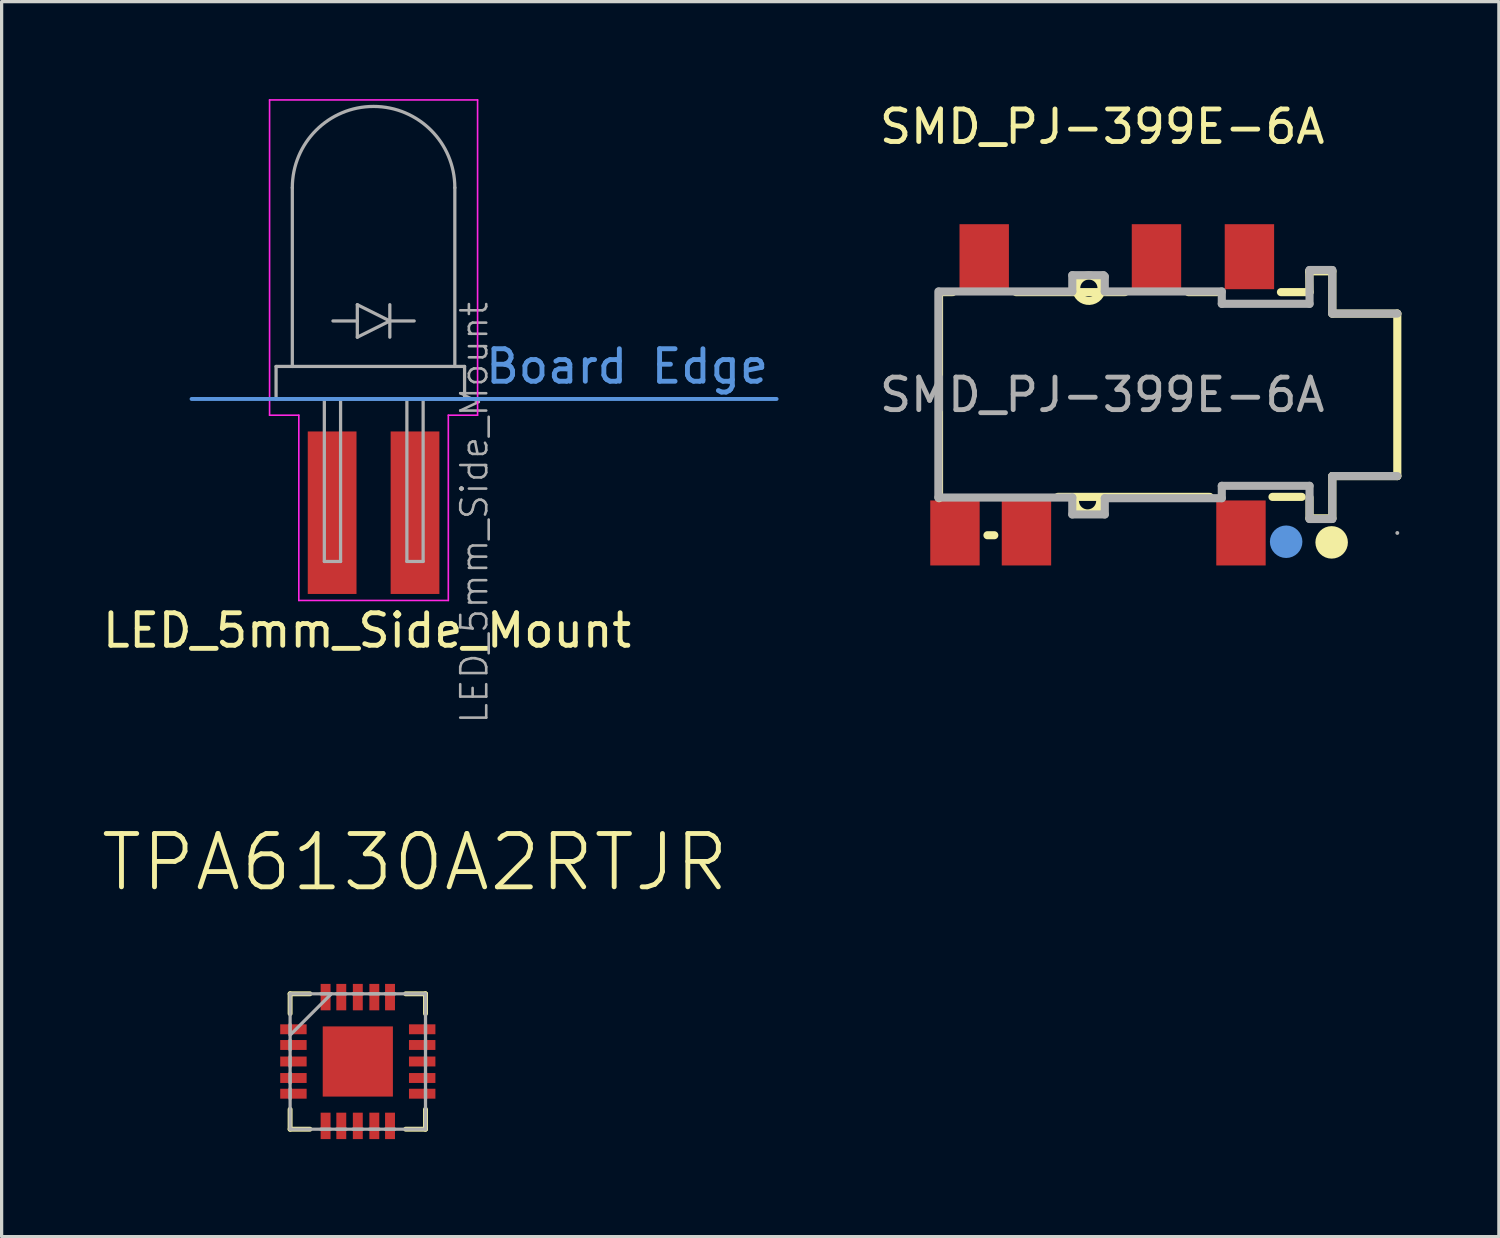
<source format=kicad_pcb>
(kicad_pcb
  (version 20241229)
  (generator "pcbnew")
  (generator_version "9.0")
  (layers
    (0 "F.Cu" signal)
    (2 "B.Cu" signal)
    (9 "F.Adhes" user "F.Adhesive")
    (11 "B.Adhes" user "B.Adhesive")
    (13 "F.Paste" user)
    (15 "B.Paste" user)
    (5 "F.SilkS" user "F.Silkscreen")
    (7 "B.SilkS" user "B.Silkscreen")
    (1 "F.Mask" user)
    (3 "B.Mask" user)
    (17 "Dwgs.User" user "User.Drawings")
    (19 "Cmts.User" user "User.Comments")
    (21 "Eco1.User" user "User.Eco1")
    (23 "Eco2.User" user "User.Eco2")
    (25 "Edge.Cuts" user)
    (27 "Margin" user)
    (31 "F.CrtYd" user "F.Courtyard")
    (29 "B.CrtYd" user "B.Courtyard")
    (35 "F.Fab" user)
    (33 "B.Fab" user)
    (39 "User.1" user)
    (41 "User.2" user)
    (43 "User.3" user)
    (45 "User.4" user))
  (footprint "SMD_PJ-399E-6A"
    (layer "F.Cu")
    (at 30.862 9.098)
    (property "Reference" "SMD_PJ-399E-6A" (at 0 -8.25 0) (layer "F.SilkS") (effects (font (size 1 1) (thickness 0.15))))
    (attr smd)
    (fp_line (start -5.02 -3.16) (end -4.6 -3.16) (stroke (width 0.25) (type solid)) (layer "F.SilkS"))
    (fp_line (start -5.02 3.18) (end -5.02 -3.16) (stroke (width 0.25) (type solid)) (layer "F.SilkS"))
    (fp_line (start -3.53 4.32) (end -3.32 4.32) (stroke (width 0.25) (type solid)) (layer "F.SilkS"))
    (fp_line (start -2.65 -3.16) (end 0.7 -3.16) (stroke (width 0.25) (type solid)) (layer "F.SilkS"))
    (fp_line (start 2.65 -3.16) (end 3.55 -3.16) (stroke (width 0.25) (type solid)) (layer "F.SilkS"))
    (fp_line (start 3.3 3.16) (end 3.3 3.16) (stroke (width 0.25) (type solid)) (layer "F.SilkS"))
    (fp_line (start 3.31 3.14) (end -1.36 3.14) (stroke (width 0.25) (type solid)) (layer "F.SilkS"))
    (fp_line (start 5.5 -3.16) (end 6.38 -3.16) (stroke (width 0.25) (type solid)) (layer "F.SilkS"))
    (fp_line (start 6.14 3.14) (end 5.24 3.14) (stroke (width 0.25) (type solid)) (layer "F.SilkS"))
    (fp_line (start 6.37 -3.8) (end 7.08 -3.8) (stroke (width 0.25) (type solid)) (layer "F.SilkS"))
    (fp_line (start 6.38 -3.16) (end 6.37 -3.8) (stroke (width 0.25) (type solid)) (layer "F.SilkS"))
    (fp_line (start 6.38 3.16) (end 6.38 3.8) (stroke (width 0.25) (type solid)) (layer "F.SilkS"))
    (fp_line (start 6.38 3.8) (end 7.08 3.8) (stroke (width 0.25) (type solid)) (layer "F.SilkS"))
    (fp_line (start 7.08 -3.8) (end 7.08 -2.5) (stroke (width 0.25) (type solid)) (layer "F.SilkS"))
    (fp_line (start 7.08 -2.5) (end 9.08 -2.5) (stroke (width 0.25) (type solid)) (layer "F.SilkS"))
    (fp_line (start 7.08 2.5) (end 9.08 2.5) (stroke (width 0.25) (type solid)) (layer "F.SilkS"))
    (fp_line (start 7.08 3.8) (end 7.08 2.5) (stroke (width 0.25) (type solid)) (layer "F.SilkS"))
    (fp_line (start 9.08 2.5) (end 9.08 -2.5) (stroke (width 0.25) (type solid)) (layer "F.SilkS"))
    (fp_arc (start -0.80029 -3.266809) (mid -0.01984 -3.296596) (end -0.8 -3.26) (stroke (width 0.25) (type solid)) (layer "F.SilkS"))
    (fp_arc (start -0.06 3.24) (mid -0.43 3.65) (end -0.84 3.28) (stroke (width 0.25) (type solid)) (layer "F.SilkS"))
    (fp_circle (center 7.06 4.54) (end 7.31 4.54) (stroke (width 0.5) (type solid)) (fill no) (layer "F.SilkS"))
    (fp_circle (center 5.66 4.52) (end 5.91 4.52) (stroke (width 0.5) (type solid)) (fill no) (layer "Cmts.User"))
    (fp_line (start -5.04 3.16) (end -5.04 -3.18) (stroke (width 0.25) (type solid)) (layer "F.Fab"))
    (fp_line (start -5.02 -3.18) (end -0.92 -3.18) (stroke (width 0.25) (type solid)) (layer "F.Fab"))
    (fp_line (start -0.92 -3.68) (end 0.04 -3.68) (stroke (width 0.25) (type solid)) (layer "F.Fab"))
    (fp_line (start -0.92 -3.18) (end -0.92 -3.68) (stroke (width 0.25) (type solid)) (layer "F.Fab"))
    (fp_line (start -0.92 3.16) (end -5.04 3.16) (stroke (width 0.25) (type solid)) (layer "F.Fab"))
    (fp_line (start -0.92 3.68) (end -0.92 3.16) (stroke (width 0.25) (type solid)) (layer "F.Fab"))
    (fp_line (start 0.04 -3.68) (end 0.08 -3.64) (stroke (width 0.25) (type solid)) (layer "F.Fab"))
    (fp_line (start 0.08 -3.64) (end 0.08 -3.18) (stroke (width 0.25) (type solid)) (layer "F.Fab"))
    (fp_line (start 0.08 -3.18) (end 3.68 -3.18) (stroke (width 0.25) (type solid)) (layer "F.Fab"))
    (fp_line (start 0.08 3.18) (end 0.08 3.68) (stroke (width 0.25) (type solid)) (layer "F.Fab"))
    (fp_line (start 0.08 3.68) (end -0.92 3.68) (stroke (width 0.25) (type solid)) (layer "F.Fab"))
    (fp_line (start 3.68 -3.18) (end 3.68 -2.8) (stroke (width 0.25) (type solid)) (layer "F.Fab"))
    (fp_line (start 3.68 -2.8) (end 6.38 -2.8) (stroke (width 0.25) (type solid)) (layer "F.Fab"))
    (fp_line (start 3.68 2.8) (end 3.68 3.18) (stroke (width 0.25) (type solid)) (layer "F.Fab"))
    (fp_line (start 3.68 3.18) (end 0.08 3.18) (stroke (width 0.25) (type solid)) (layer "F.Fab"))
    (fp_line (start 6.38 -3.84) (end 7.08 -3.84) (stroke (width 0.25) (type solid)) (layer "F.Fab"))
    (fp_line (start 6.38 -2.8) (end 6.38 -3.84) (stroke (width 0.25) (type solid)) (layer "F.Fab"))
    (fp_line (start 6.38 2.8) (end 3.68 2.8) (stroke (width 0.25) (type solid)) (layer "F.Fab"))
    (fp_line (start 6.38 3.82) (end 6.38 2.8) (stroke (width 0.25) (type solid)) (layer "F.Fab"))
    (fp_line (start 7.08 -3.84) (end 7.08 -2.5) (stroke (width 0.25) (type solid)) (layer "F.Fab"))
    (fp_line (start 7.08 -2.5) (end 9.08 -2.5) (stroke (width 0.25) (type solid)) (layer "F.Fab"))
    (fp_line (start 7.08 2.5) (end 7.08 3.82) (stroke (width 0.25) (type solid)) (layer "F.Fab"))
    (fp_line (start 7.08 3.82) (end 6.38 3.82) (stroke (width 0.25) (type solid)) (layer "F.Fab"))
    (fp_line (start 9.08 2.5) (end 7.08 2.5) (stroke (width 0.25) (type solid)) (layer "F.Fab"))
    (fp_circle (center 9.08 4.25) (end 9.11 4.25) (stroke (width 0.06) (type solid)) (fill no) (layer "F.Fab"))
    (fp_text user "${REFERENCE}" (at 0 0 0) (layer "F.Fab") (effects (font (size 1 1) (thickness 0.15))))
    (pad "1" smd rect (at 4.27 4.25 180) (size 1.52 2) (layers "F.Cu" "F.Mask" "F.Paste"))
    (pad "2" smd rect (at 4.53 -4.25 180) (size 1.52 2) (layers "F.Cu" "F.Mask" "F.Paste"))
    (pad "3" smd rect (at 1.67 -4.25 180) (size 1.52 2) (layers "F.Cu" "F.Mask" "F.Paste"))
    (pad "4" smd rect (at -2.33 4.25 180) (size 1.52 2) (layers "F.Cu" "F.Mask" "F.Paste"))
    (pad "5" smd rect (at -4.53 4.25 180) (size 1.52 2) (layers "F.Cu" "F.Mask" "F.Paste"))
    (pad "6" smd rect (at -3.63 -4.25 180) (size 1.52 2) (layers "F.Cu" "F.Mask" "F.Paste")))
  (footprint "TPA6130A2RTJR"
    (layer "F.Cu")
    (at 7.959 29.61)
    (property "Reference" "TPA6130A2RTJR" (at 1.754 -6.126 0) (layer "F.SilkS") (effects (font (size 1.641 1.641) (thickness 0.15))))
    (attr smd)
    (fp_line (start -2.083 -2.083) (end -2.083 -1.473) (stroke (width 0.152) (type solid)) (layer "F.SilkS"))
    (fp_line (start -2.083 1.473) (end -2.083 2.083) (stroke (width 0.152) (type solid)) (layer "F.SilkS"))
    (fp_line (start -2.083 2.083) (end -1.473 2.083) (stroke (width 0.152) (type solid)) (layer "F.SilkS"))
    (fp_line (start -1.473 -2.083) (end -2.083 -2.083) (stroke (width 0.152) (type solid)) (layer "F.SilkS"))
    (fp_line (start 1.473 2.083) (end 2.083 2.083) (stroke (width 0.152) (type solid)) (layer "F.SilkS"))
    (fp_line (start 2.083 -2.083) (end 1.473 -2.083) (stroke (width 0.152) (type solid)) (layer "F.SilkS"))
    (fp_line (start 2.083 -1.473) (end 2.083 -2.083) (stroke (width 0.152) (type solid)) (layer "F.SilkS"))
    (fp_line (start 2.083 2.083) (end 2.083 1.473) (stroke (width 0.152) (type solid)) (layer "F.SilkS"))
    (fp_line (start -2.083 -2.083) (end -2.083 2.083) (stroke (width 0.1) (type solid)) (layer "F.Fab"))
    (fp_line (start -2.083 -1.143) (end -2.083 -0.838) (stroke (width 0.1) (type solid)) (layer "F.Fab"))
    (fp_line (start -2.083 -0.813) (end -0.813 -2.083) (stroke (width 0.1) (type solid)) (layer "F.Fab"))
    (fp_line (start -2.083 -0.66) (end -2.083 -0.356) (stroke (width 0.1) (type solid)) (layer "F.Fab"))
    (fp_line (start -2.083 -0.152) (end -2.083 0.152) (stroke (width 0.1) (type solid)) (layer "F.Fab"))
    (fp_line (start -2.083 0.356) (end -2.083 0.66) (stroke (width 0.1) (type solid)) (layer "F.Fab"))
    (fp_line (start -2.083 0.838) (end -2.083 1.143) (stroke (width 0.1) (type solid)) (layer "F.Fab"))
    (fp_line (start -2.083 2.083) (end 2.083 2.083) (stroke (width 0.1) (type solid)) (layer "F.Fab"))
    (fp_line (start -1.143 2.083) (end -0.838 2.083) (stroke (width 0.1) (type solid)) (layer "F.Fab"))
    (fp_line (start -0.838 -2.083) (end -1.143 -2.083) (stroke (width 0.1) (type solid)) (layer "F.Fab"))
    (fp_line (start -0.66 2.083) (end -0.356 2.083) (stroke (width 0.1) (type solid)) (layer "F.Fab"))
    (fp_line (start -0.356 -2.083) (end -0.66 -2.083) (stroke (width 0.1) (type solid)) (layer "F.Fab"))
    (fp_line (start -0.152 2.083) (end 0.152 2.083) (stroke (width 0.1) (type solid)) (layer "F.Fab"))
    (fp_line (start 0.152 -2.083) (end -0.152 -2.083) (stroke (width 0.1) (type solid)) (layer "F.Fab"))
    (fp_line (start 0.356 2.083) (end 0.66 2.083) (stroke (width 0.1) (type solid)) (layer "F.Fab"))
    (fp_line (start 0.66 -2.083) (end 0.356 -2.083) (stroke (width 0.1) (type solid)) (layer "F.Fab"))
    (fp_line (start 0.838 2.083) (end 1.143 2.083) (stroke (width 0.1) (type solid)) (layer "F.Fab"))
    (fp_line (start 1.143 -2.083) (end 0.838 -2.083) (stroke (width 0.1) (type solid)) (layer "F.Fab"))
    (fp_line (start 2.083 -2.083) (end -2.083 -2.083) (stroke (width 0.1) (type solid)) (layer "F.Fab"))
    (fp_line (start 2.083 -0.838) (end 2.083 -1.143) (stroke (width 0.1) (type solid)) (layer "F.Fab"))
    (fp_line (start 2.083 -0.356) (end 2.083 -0.66) (stroke (width 0.1) (type solid)) (layer "F.Fab"))
    (fp_line (start 2.083 0.152) (end 2.083 -0.152) (stroke (width 0.1) (type solid)) (layer "F.Fab"))
    (fp_line (start 2.083 0.66) (end 2.083 0.356) (stroke (width 0.1) (type solid)) (layer "F.Fab"))
    (fp_line (start 2.083 1.143) (end 2.083 0.838) (stroke (width 0.1) (type solid)) (layer "F.Fab"))
    (fp_line (start 2.083 2.083) (end 2.083 -2.083) (stroke (width 0.1) (type solid)) (layer "F.Fab"))
    (pad "1" smd rect (at -1.981 -0.991 270) (size 0.305 0.813) (layers "F.Cu" "F.Mask" "F.Paste"))
    (pad "2" smd rect (at -1.981 -0.508 270) (size 0.305 0.813) (layers "F.Cu" "F.Mask" "F.Paste"))
    (pad "3" smd rect (at -1.981 0 270) (size 0.305 0.813) (layers "F.Cu" "F.Mask" "F.Paste"))
    (pad "4" smd rect (at -1.981 0.508 270) (size 0.305 0.813) (layers "F.Cu" "F.Mask" "F.Paste"))
    (pad "5" smd rect (at -1.981 0.991 270) (size 0.305 0.813) (layers "F.Cu" "F.Mask" "F.Paste"))
    (pad "6" smd rect (at -0.991 1.981 180) (size 0.305 0.813) (layers "F.Cu" "F.Mask" "F.Paste"))
    (pad "7" smd rect (at -0.508 1.981 180) (size 0.305 0.813) (layers "F.Cu" "F.Mask" "F.Paste"))
    (pad "8" smd rect (at 0 1.981 180) (size 0.305 0.813) (layers "F.Cu" "F.Mask" "F.Paste"))
    (pad "9" smd rect (at 0.508 1.981 180) (size 0.305 0.813) (layers "F.Cu" "F.Mask" "F.Paste"))
    (pad "10" smd rect (at 0.991 1.981 180) (size 0.305 0.813) (layers "F.Cu" "F.Mask" "F.Paste"))
    (pad "11" smd rect (at 1.981 0.991 270) (size 0.305 0.813) (layers "F.Cu" "F.Mask" "F.Paste"))
    (pad "12" smd rect (at 1.981 0.508 270) (size 0.305 0.813) (layers "F.Cu" "F.Mask" "F.Paste"))
    (pad "13" smd rect (at 1.981 0 270) (size 0.305 0.813) (layers "F.Cu" "F.Mask" "F.Paste"))
    (pad "14" smd rect (at 1.981 -0.508 270) (size 0.305 0.813) (layers "F.Cu" "F.Mask" "F.Paste"))
    (pad "15" smd rect (at 1.981 -0.991 270) (size 0.305 0.813) (layers "F.Cu" "F.Mask" "F.Paste"))
    (pad "16" smd rect (at 0.991 -1.981 180) (size 0.305 0.813) (layers "F.Cu" "F.Mask" "F.Paste"))
    (pad "17" smd rect (at 0.508 -1.981 180) (size 0.305 0.813) (layers "F.Cu" "F.Mask" "F.Paste"))
    (pad "18" smd rect (at 0 -1.981 180) (size 0.305 0.813) (layers "F.Cu" "F.Mask" "F.Paste"))
    (pad "19" smd rect (at -0.508 -1.981 180) (size 0.305 0.813) (layers "F.Cu" "F.Mask" "F.Paste"))
    (pad "20" smd rect (at -0.991 -1.981 180) (size 0.305 0.813) (layers "F.Cu" "F.Mask" "F.Paste"))
    (pad "21" smd rect (at 0 0) (size 2.159 2.159) (layers "F.Cu" "F.Mask" "F.Paste")))
  (footprint "LED_5mm_Side_Mount"
    (layer "F.Cu")
    (at 8.444 9.225)
    (property "Reference" "LED_5mm_Side_Mount" (at -0.2 7.123 0) (layer "F.SilkS") (effects (font (size 1 1) (thickness 0.15))))
    (attr smd)
    (fp_line (start -5.6 0) (end 12.4 0) (stroke (width 0.12) (type solid)) (layer "Cmts.User"))
    (fp_line (start -3.2 0.5) (end -3.2 -9.2) (stroke (width 0.05) (type solid)) (layer "F.CrtYd"))
    (fp_line (start -2.3 0.5) (end -3.2 0.5) (stroke (width 0.05) (type solid)) (layer "F.CrtYd"))
    (fp_line (start -2.3 6.2) (end -2.3 0.5) (stroke (width 0.05) (type solid)) (layer "F.CrtYd"))
    (fp_line (start -2.3 6.2) (end 2.3 6.2) (stroke (width 0.05) (type solid)) (layer "F.CrtYd"))
    (fp_line (start 2.3 0.5) (end 3.2 0.5) (stroke (width 0.05) (type solid)) (layer "F.CrtYd"))
    (fp_line (start 2.3 6.2) (end 2.3 0.5) (stroke (width 0.05) (type solid)) (layer "F.CrtYd"))
    (fp_line (start 3.2 -9.2) (end -3.2 -9.2) (stroke (width 0.05) (type solid)) (layer "F.CrtYd"))
    (fp_line (start 3.2 0.5) (end 3.2 -9.2) (stroke (width 0.05) (type solid)) (layer "F.CrtYd"))
    (fp_line (start -3 -1) (end -3 0) (stroke (width 0.1) (type solid)) (layer "F.Fab"))
    (fp_line (start -3 -1) (end 2.8 -1) (stroke (width 0.1) (type solid)) (layer "F.Fab"))
    (fp_line (start -3 0) (end 2.8 0) (stroke (width 0.1) (type solid)) (layer "F.Fab"))
    (fp_line (start -2.5 -6.5) (end -2.5 -1) (stroke (width 0.1) (type solid)) (layer "F.Fab"))
    (fp_line (start -1.515 0) (end -1.515 5) (stroke (width 0.1) (type solid)) (layer "F.Fab"))
    (fp_line (start -1.515 5) (end -1.015 5) (stroke (width 0.1) (type solid)) (layer "F.Fab"))
    (fp_line (start -1.25 -2.4) (end -0.5 -2.4) (stroke (width 0.1) (type solid)) (layer "F.Fab"))
    (fp_line (start -1.015 0) (end -1.015 5) (stroke (width 0.1) (type solid)) (layer "F.Fab"))
    (fp_line (start -0.5 -2.9) (end 0.5 -2.4) (stroke (width 0.1) (type solid)) (layer "F.Fab"))
    (fp_line (start -0.5 -1.9) (end -0.5 -2.9) (stroke (width 0.1) (type solid)) (layer "F.Fab"))
    (fp_line (start 0.5 -2.4) (end -0.5 -1.9) (stroke (width 0.1) (type solid)) (layer "F.Fab"))
    (fp_line (start 0.5 -1.9) (end 0.5 -2.9) (stroke (width 0.1) (type solid)) (layer "F.Fab"))
    (fp_line (start 1.025 0) (end 1.025 5) (stroke (width 0.1) (type solid)) (layer "F.Fab"))
    (fp_line (start 1.025 5) (end 1.525 5) (stroke (width 0.1) (type solid)) (layer "F.Fab"))
    (fp_line (start 1.25 -2.4) (end 0.5 -2.4) (stroke (width 0.1) (type solid)) (layer "F.Fab"))
    (fp_line (start 1.525 0) (end 1.525 5) (stroke (width 0.1) (type solid)) (layer "F.Fab"))
    (fp_line (start 2.5 -6.5) (end 2.5 -1) (stroke (width 0.1) (type solid)) (layer "F.Fab"))
    (fp_line (start 2.8 -1) (end 2.8 0) (stroke (width 0.1) (type solid)) (layer "F.Fab"))
    (fp_arc (start -2.5 -6.5) (mid 0 -9) (end 2.5 -6.5) (stroke (width 0.1) (type solid)) (layer "F.Fab"))
    (fp_text user "Board Edge" (at 7.8 -1 0) (unlocked yes) (layer "Cmts.User") (effects (font (size 1 1) (thickness 0.15))))
    (fp_text user "${REFERENCE}" (at 3.1 3.5 270) (layer "F.Fab") (effects (font (size 0.8 0.8) (thickness 0.08))))
    (pad "1" smd rect (at 1.275 3.5) (size 1.5 5) (layers "F.Cu" "F.Mask" "F.Paste"))
    (pad "2" smd rect (at -1.275 3.5) (size 1.5 5) (layers "F.Cu" "F.Mask" "F.Paste")))
  (gr_rect
    (start -3 -3)
    (end 43.067 34.998)
    (stroke (width 0.1) (type default))
    (fill no)
    (layer "Edge.Cuts")))
</source>
